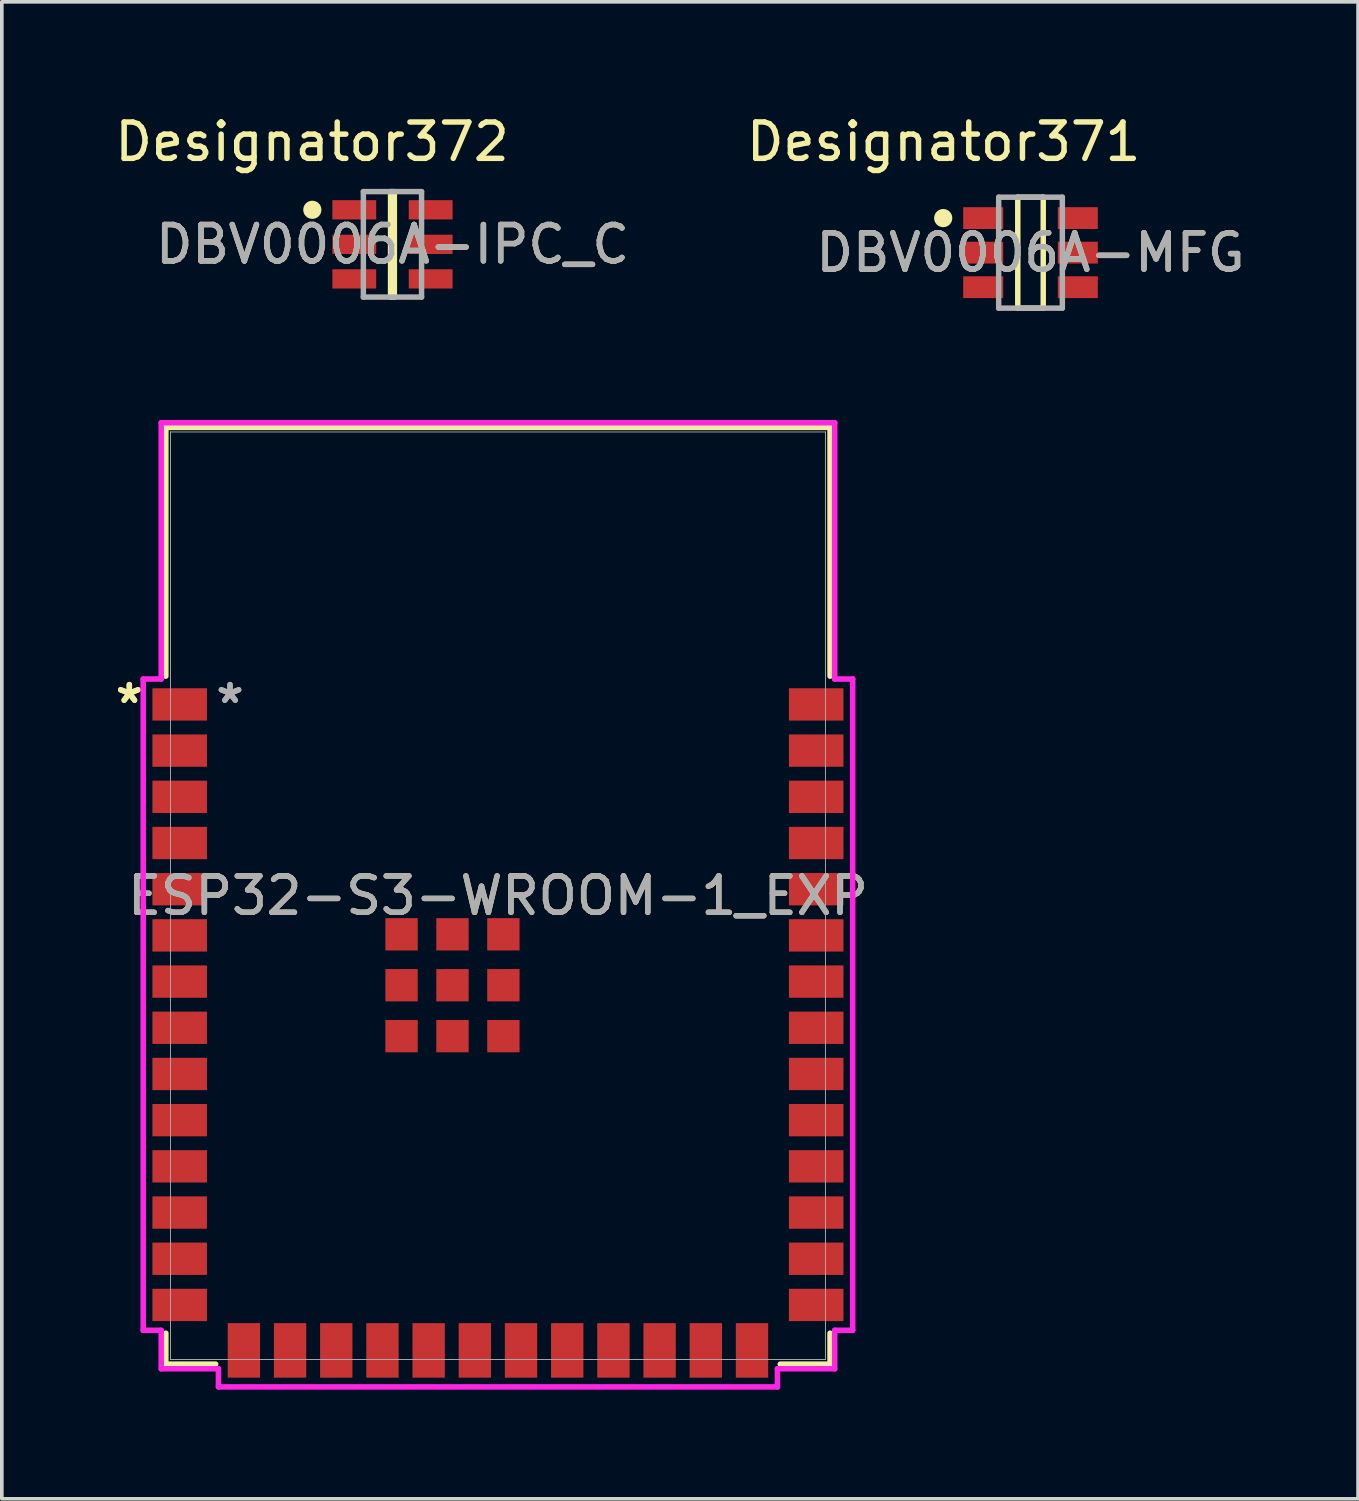
<source format=kicad_pcb>
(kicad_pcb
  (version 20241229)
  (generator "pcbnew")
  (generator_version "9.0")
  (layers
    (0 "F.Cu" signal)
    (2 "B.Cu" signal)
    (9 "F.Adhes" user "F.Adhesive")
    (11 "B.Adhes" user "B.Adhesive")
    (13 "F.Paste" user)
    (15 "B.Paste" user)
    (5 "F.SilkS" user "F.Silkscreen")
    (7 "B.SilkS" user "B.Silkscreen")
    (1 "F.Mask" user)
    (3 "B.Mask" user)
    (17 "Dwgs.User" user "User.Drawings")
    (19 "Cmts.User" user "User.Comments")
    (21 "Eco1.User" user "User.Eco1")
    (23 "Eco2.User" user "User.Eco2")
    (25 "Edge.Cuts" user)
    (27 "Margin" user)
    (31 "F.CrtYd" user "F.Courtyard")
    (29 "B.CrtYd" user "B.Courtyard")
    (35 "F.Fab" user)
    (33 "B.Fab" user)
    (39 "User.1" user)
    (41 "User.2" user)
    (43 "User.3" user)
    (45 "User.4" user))
  (footprint "DBV0006A-MFG"
    (layer "F.Cu")
    (at 25.282 3.896)
    (property "Reference" "DBV0006A-MFG" (at 0 0 0) (unlocked yes) (layer "F.SilkS") (effects (font (size 1 1) (thickness 0.15))))
    (attr smd)
    (fp_line (start -0.35 -1.525) (end 0.35 -1.525) (stroke (width 0.15) (type solid)) (layer "F.SilkS"))
    (fp_line (start -0.35 1.525) (end -0.35 -1.525) (stroke (width 0.15) (type solid)) (layer "F.SilkS"))
    (fp_line (start -0.35 1.525) (end 0.35 1.525) (stroke (width 0.15) (type solid)) (layer "F.SilkS"))
    (fp_line (start 0.35 1.525) (end 0.35 -1.525) (stroke (width 0.15) (type solid)) (layer "F.SilkS"))
    (fp_circle (center -2.4 -0.95) (end -2.275 -0.95) (stroke (width 0.25) (type solid)) (fill no) (layer "F.SilkS"))
    (fp_line (start -0.875 -1.525) (end 0.875 -1.525) (stroke (width 0.15) (type solid)) (layer "F.Fab"))
    (fp_line (start -0.875 1.525) (end -0.875 -1.525) (stroke (width 0.15) (type solid)) (layer "F.Fab"))
    (fp_line (start -0.875 1.525) (end 0.875 1.525) (stroke (width 0.15) (type solid)) (layer "F.Fab"))
    (fp_line (start 0.875 1.525) (end 0.875 -1.525) (stroke (width 0.15) (type solid)) (layer "F.Fab"))
    (fp_text user "Designator371" (at -2.388 -3.048 0) (unlocked yes) (layer "F.SilkS") (effects (font (size 1 1) (thickness 0.15))))
    (fp_text user "${REFERENCE}" (at 0 0 0) (unlocked yes) (layer "F.Fab") (effects (font (size 1 1) (thickness 0.15))))
    (pad "1" smd rect (at -1.3 -0.95) (size 1.1 0.6) (layers "F.Cu" "F.Mask" "F.Paste"))
    (pad "2" smd rect (at -1.3 0) (size 1.1 0.6) (layers "F.Cu" "F.Mask" "F.Paste"))
    (pad "3" smd rect (at -1.3 0.95) (size 1.1 0.6) (layers "F.Cu" "F.Mask" "F.Paste"))
    (pad "4" smd rect (at 1.3 0.95) (size 1.1 0.6) (layers "F.Cu" "F.Mask" "F.Paste"))
    (pad "5" smd rect (at 1.3 0) (size 1.1 0.6) (layers "F.Cu" "F.Mask" "F.Paste"))
    (pad "6" smd rect (at 1.3 -0.95) (size 1.1 0.6) (layers "F.Cu" "F.Mask" "F.Paste")))
  (footprint "DBV0006A-IPC_C"
    (layer "F.Cu")
    (at 7.74 3.668)
    (property "Reference" "DBV0006A-IPC_C" (at 0 0 0) (unlocked yes) (layer "F.SilkS") (effects (font (size 1 1) (thickness 0.15))))
    (attr smd)
    (fp_line (start -0.052 -1.45) (end 0.052 -1.45) (stroke (width 0.15) (type solid)) (layer "F.SilkS"))
    (fp_line (start -0.052 1.45) (end -0.052 -1.45) (stroke (width 0.15) (type solid)) (layer "F.SilkS"))
    (fp_line (start -0.052 1.45) (end 0.052 1.45) (stroke (width 0.15) (type solid)) (layer "F.SilkS"))
    (fp_line (start 0.052 1.45) (end 0.052 -1.45) (stroke (width 0.15) (type solid)) (layer "F.SilkS"))
    (fp_circle (center -2.203 -0.95) (end -2.078 -0.95) (stroke (width 0.25) (type solid)) (fill no) (layer "F.SilkS"))
    (fp_line (start -0.8 -1.45) (end 0.8 -1.45) (stroke (width 0.15) (type solid)) (layer "F.Fab"))
    (fp_line (start -0.8 1.45) (end -0.8 -1.45) (stroke (width 0.15) (type solid)) (layer "F.Fab"))
    (fp_line (start -0.8 1.45) (end 0.8 1.45) (stroke (width 0.15) (type solid)) (layer "F.Fab"))
    (fp_line (start 0.8 1.45) (end 0.8 -1.45) (stroke (width 0.15) (type solid)) (layer "F.Fab"))
    (fp_text user "Designator372" (at -2.21 -2.819 0) (unlocked yes) (layer "F.SilkS") (effects (font (size 1 1) (thickness 0.15))))
    (fp_text user "${REFERENCE}" (at 0 0 0) (unlocked yes) (layer "F.Fab") (effects (font (size 1 1) (thickness 0.15))))
    (pad "1" smd rect (at -1.05 -0.95) (size 1.205 0.53) (layers "F.Cu" "F.Mask" "F.Paste"))
    (pad "2" smd rect (at -1.05 0) (size 1.205 0.53) (layers "F.Cu" "F.Mask" "F.Paste"))
    (pad "3" smd rect (at -1.05 0.95) (size 1.205 0.53) (layers "F.Cu" "F.Mask" "F.Paste"))
    (pad "4" smd rect (at 1.05 0.95) (size 1.205 0.53) (layers "F.Cu" "F.Mask" "F.Paste"))
    (pad "5" smd rect (at 1.05 0) (size 1.205 0.53) (layers "F.Cu" "F.Mask" "F.Paste"))
    (pad "6" smd rect (at 1.05 -0.95) (size 1.205 0.53) (layers "F.Cu" "F.Mask" "F.Paste")))
  (footprint "ESP32-S3-WROOM-1_EXP"
    (layer "F.Cu")
    (at 10.64 21.577)
    (property "Reference" "ESP32-S3-WROOM-1_EXP" (at 0 0 0) (unlocked yes) (layer "F.SilkS") (effects (font (size 1 1) (thickness 0.15))))
    (attr smd)
    (fp_line (start -9.131 -12.878) (end 9.131 -12.878) (stroke (width 0.152) (type solid)) (layer "F.SilkS"))
    (fp_line (start -9.131 -6.037) (end -9.131 -12.878) (stroke (width 0.152) (type solid)) (layer "F.SilkS"))
    (fp_line (start -9.131 12.878) (end -9.131 12.027) (stroke (width 0.152) (type solid)) (layer "F.SilkS"))
    (fp_line (start -7.762 12.878) (end -9.131 12.878) (stroke (width 0.152) (type solid)) (layer "F.SilkS"))
    (fp_line (start 9.131 -12.878) (end 9.131 -6.037) (stroke (width 0.152) (type solid)) (layer "F.SilkS"))
    (fp_line (start 9.131 12.027) (end 9.131 12.878) (stroke (width 0.152) (type solid)) (layer "F.SilkS"))
    (fp_line (start 9.131 12.878) (end 7.762 12.878) (stroke (width 0.152) (type solid)) (layer "F.SilkS"))
    (fp_poly (pts (xy -9.004 -12.751) (xy -9.004 -6.756) (xy 9.004 -6.756) (xy 9.004 -12.751)) (stroke (width 0.1) (type solid)) (fill no) (layer "Eco2.User"))
    (fp_line (start -9.753 -5.958) (end -9.753 11.948) (stroke (width 0.152) (type solid)) (layer "F.CrtYd"))
    (fp_line (start -9.753 11.948) (end -9.258 11.948) (stroke (width 0.152) (type solid)) (layer "F.CrtYd"))
    (fp_line (start -9.258 -13.005) (end -9.258 -5.958) (stroke (width 0.152) (type solid)) (layer "F.CrtYd"))
    (fp_line (start -9.258 -5.958) (end -9.753 -5.958) (stroke (width 0.152) (type solid)) (layer "F.CrtYd"))
    (fp_line (start -9.258 11.948) (end -9.258 13.005) (stroke (width 0.152) (type solid)) (layer "F.CrtYd"))
    (fp_line (start -9.258 13.005) (end -7.684 13.005) (stroke (width 0.152) (type solid)) (layer "F.CrtYd"))
    (fp_line (start -7.684 13.005) (end -7.684 13.503) (stroke (width 0.152) (type solid)) (layer "F.CrtYd"))
    (fp_line (start -7.684 13.503) (end 7.684 13.503) (stroke (width 0.152) (type solid)) (layer "F.CrtYd"))
    (fp_line (start 7.684 13.005) (end 9.258 13.005) (stroke (width 0.152) (type solid)) (layer "F.CrtYd"))
    (fp_line (start 7.684 13.503) (end 7.684 13.005) (stroke (width 0.152) (type solid)) (layer "F.CrtYd"))
    (fp_line (start 9.258 -13.005) (end -9.258 -13.005) (stroke (width 0.152) (type solid)) (layer "F.CrtYd"))
    (fp_line (start 9.258 -5.958) (end 9.258 -13.005) (stroke (width 0.152) (type solid)) (layer "F.CrtYd"))
    (fp_line (start 9.258 11.948) (end 9.753 11.948) (stroke (width 0.152) (type solid)) (layer "F.CrtYd"))
    (fp_line (start 9.258 13.005) (end 9.258 11.948) (stroke (width 0.152) (type solid)) (layer "F.CrtYd"))
    (fp_line (start 9.753 -5.958) (end 9.258 -5.958) (stroke (width 0.152) (type solid)) (layer "F.CrtYd"))
    (fp_line (start 9.753 11.948) (end 9.753 -5.958) (stroke (width 0.152) (type solid)) (layer "F.CrtYd"))
    (fp_line (start -9.004 -12.751) (end -9.004 12.751) (stroke (width 0.025) (type solid)) (layer "F.Fab"))
    (fp_line (start -9.004 12.751) (end 9.004 12.751) (stroke (width 0.025) (type solid)) (layer "F.Fab"))
    (fp_line (start 9.004 -12.751) (end -9.004 -12.751) (stroke (width 0.025) (type solid)) (layer "F.Fab"))
    (fp_line (start 9.004 12.751) (end 9.004 -12.751) (stroke (width 0.025) (type solid)) (layer "F.Fab"))
    (fp_text user "*" (at -10.134 -5.26 0) (unlocked yes) (layer "F.SilkS") (effects (font (size 1 1) (thickness 0.15))))
    (fp_text user "*" (at -10.134 -5.26 0) (layer "F.SilkS") (effects (font (size 1 1) (thickness 0.15))))
    (fp_text user "${REFERENCE}" (at 0 0 0) (unlocked yes) (layer "F.Fab") (effects (font (size 1 1) (thickness 0.15))))
    (fp_text user "*" (at -7.366 -5.26 0) (layer "F.Fab") (effects (font (size 1 1) (thickness 0.15))))
    (fp_text user "*" (at -7.366 -5.26 0) (unlocked yes) (layer "F.Fab") (effects (font (size 1 1) (thickness 0.15))))
    (pad "1" smd rect (at -8.75 -5.26) (size 1.499 0.889) (layers "F.Cu" "F.Mask" "F.Paste"))
    (pad "2" smd rect (at -8.75 -3.99) (size 1.499 0.889) (layers "F.Cu" "F.Mask" "F.Paste"))
    (pad "3" smd rect (at -8.75 -2.72) (size 1.499 0.889) (layers "F.Cu" "F.Mask" "F.Paste"))
    (pad "4" smd rect (at -8.75 -1.45) (size 1.499 0.889) (layers "F.Cu" "F.Mask" "F.Paste"))
    (pad "5" smd rect (at -8.75 -0.18) (size 1.499 0.889) (layers "F.Cu" "F.Mask" "F.Paste"))
    (pad "6" smd rect (at -8.75 1.09) (size 1.499 0.889) (layers "F.Cu" "F.Mask" "F.Paste"))
    (pad "7" smd rect (at -8.75 2.36) (size 1.499 0.889) (layers "F.Cu" "F.Mask" "F.Paste"))
    (pad "8" smd rect (at -8.75 3.63) (size 1.499 0.889) (layers "F.Cu" "F.Mask" "F.Paste"))
    (pad "9" smd rect (at -8.75 4.9) (size 1.499 0.889) (layers "F.Cu" "F.Mask" "F.Paste"))
    (pad "10" smd rect (at -8.75 6.17) (size 1.499 0.889) (layers "F.Cu" "F.Mask" "F.Paste"))
    (pad "11" smd rect (at -8.75 7.44) (size 1.499 0.889) (layers "F.Cu" "F.Mask" "F.Paste"))
    (pad "12" smd rect (at -8.75 8.71) (size 1.499 0.889) (layers "F.Cu" "F.Mask" "F.Paste"))
    (pad "13" smd rect (at -8.75 9.98) (size 1.499 0.889) (layers "F.Cu" "F.Mask" "F.Paste"))
    (pad "14" smd rect (at -8.75 11.25) (size 1.499 0.889) (layers "F.Cu" "F.Mask" "F.Paste"))
    (pad "15" smd rect (at -6.985 12.5 90) (size 1.499 0.889) (layers "F.Cu" "F.Mask" "F.Paste"))
    (pad "16" smd rect (at -5.715 12.5 90) (size 1.499 0.889) (layers "F.Cu" "F.Mask" "F.Paste"))
    (pad "17" smd rect (at -4.445 12.5 90) (size 1.499 0.889) (layers "F.Cu" "F.Mask" "F.Paste"))
    (pad "18" smd rect (at -3.175 12.5 90) (size 1.499 0.889) (layers "F.Cu" "F.Mask" "F.Paste"))
    (pad "19" smd rect (at -1.905 12.5 90) (size 1.499 0.889) (layers "F.Cu" "F.Mask" "F.Paste"))
    (pad "20" smd rect (at -0.635 12.5 90) (size 1.499 0.889) (layers "F.Cu" "F.Mask" "F.Paste"))
    (pad "21" smd rect (at 0.635 12.5 90) (size 1.499 0.889) (layers "F.Cu" "F.Mask" "F.Paste"))
    (pad "22" smd rect (at 1.905 12.5 90) (size 1.499 0.889) (layers "F.Cu" "F.Mask" "F.Paste"))
    (pad "23" smd rect (at 3.175 12.5 90) (size 1.499 0.889) (layers "F.Cu" "F.Mask" "F.Paste"))
    (pad "24" smd rect (at 4.445 12.5 90) (size 1.499 0.889) (layers "F.Cu" "F.Mask" "F.Paste"))
    (pad "25" smd rect (at 5.715 12.5 90) (size 1.499 0.889) (layers "F.Cu" "F.Mask" "F.Paste"))
    (pad "26" smd rect (at 6.985 12.5 90) (size 1.499 0.889) (layers "F.Cu" "F.Mask" "F.Paste"))
    (pad "27" smd rect (at 8.75 11.25) (size 1.499 0.889) (layers "F.Cu" "F.Mask" "F.Paste"))
    (pad "28" smd rect (at 8.75 9.98) (size 1.499 0.889) (layers "F.Cu" "F.Mask" "F.Paste"))
    (pad "29" smd rect (at 8.75 8.71) (size 1.499 0.889) (layers "F.Cu" "F.Mask" "F.Paste"))
    (pad "30" smd rect (at 8.75 7.44) (size 1.499 0.889) (layers "F.Cu" "F.Mask" "F.Paste"))
    (pad "31" smd rect (at 8.75 6.17) (size 1.499 0.889) (layers "F.Cu" "F.Mask" "F.Paste"))
    (pad "32" smd rect (at 8.75 4.9) (size 1.499 0.889) (layers "F.Cu" "F.Mask" "F.Paste"))
    (pad "33" smd rect (at 8.75 3.63) (size 1.499 0.889) (layers "F.Cu" "F.Mask" "F.Paste"))
    (pad "34" smd rect (at 8.75 2.36) (size 1.499 0.889) (layers "F.Cu" "F.Mask" "F.Paste"))
    (pad "35" smd rect (at 8.75 1.09) (size 1.499 0.889) (layers "F.Cu" "F.Mask" "F.Paste"))
    (pad "36" smd rect (at 8.75 -0.18) (size 1.499 0.889) (layers "F.Cu" "F.Mask" "F.Paste"))
    (pad "37" smd rect (at 8.75 -1.45) (size 1.499 0.889) (layers "F.Cu" "F.Mask" "F.Paste"))
    (pad "38" smd rect (at 8.75 -2.72) (size 1.499 0.889) (layers "F.Cu" "F.Mask" "F.Paste"))
    (pad "39" smd rect (at 8.75 -3.99) (size 1.499 0.889) (layers "F.Cu" "F.Mask" "F.Paste"))
    (pad "40" smd rect (at 8.75 -5.26) (size 1.499 0.889) (layers "F.Cu" "F.Mask" "F.Paste"))
    (pad "41" smd rect (at -1.25 2.46) (size 0.889 0.889) (layers "F.Cu" "F.Mask" "F.Paste"))
    (pad "42" smd rect (at -1.25 1.06) (size 0.889 0.889) (layers "F.Cu" "F.Mask" "F.Paste"))
    (pad "43" smd rect (at -2.65 1.06) (size 0.889 0.889) (layers "F.Cu" "F.Mask" "F.Paste"))
    (pad "44" smd rect (at -2.65 2.46) (size 0.889 0.889) (layers "F.Cu" "F.Mask" "F.Paste"))
    (pad "45" smd rect (at -2.65 3.86) (size 0.889 0.889) (layers "F.Cu" "F.Mask" "F.Paste"))
    (pad "46" smd rect (at -1.25 3.86) (size 0.889 0.889) (layers "F.Cu" "F.Mask" "F.Paste"))
    (pad "47" smd rect (at 0.15 3.86) (size 0.889 0.889) (layers "F.Cu" "F.Mask" "F.Paste"))
    (pad "48" smd rect (at 0.15 2.46) (size 0.889 0.889) (layers "F.Cu" "F.Mask" "F.Paste"))
    (pad "49" smd rect (at 0.15 1.06) (size 0.889 0.889) (layers "F.Cu" "F.Mask" "F.Paste")))
  (gr_rect
    (start -3 -3)
    (end 34.288 38.157)
    (stroke (width 0.1) (type default))
    (fill no)
    (layer "Edge.Cuts")))
</source>
